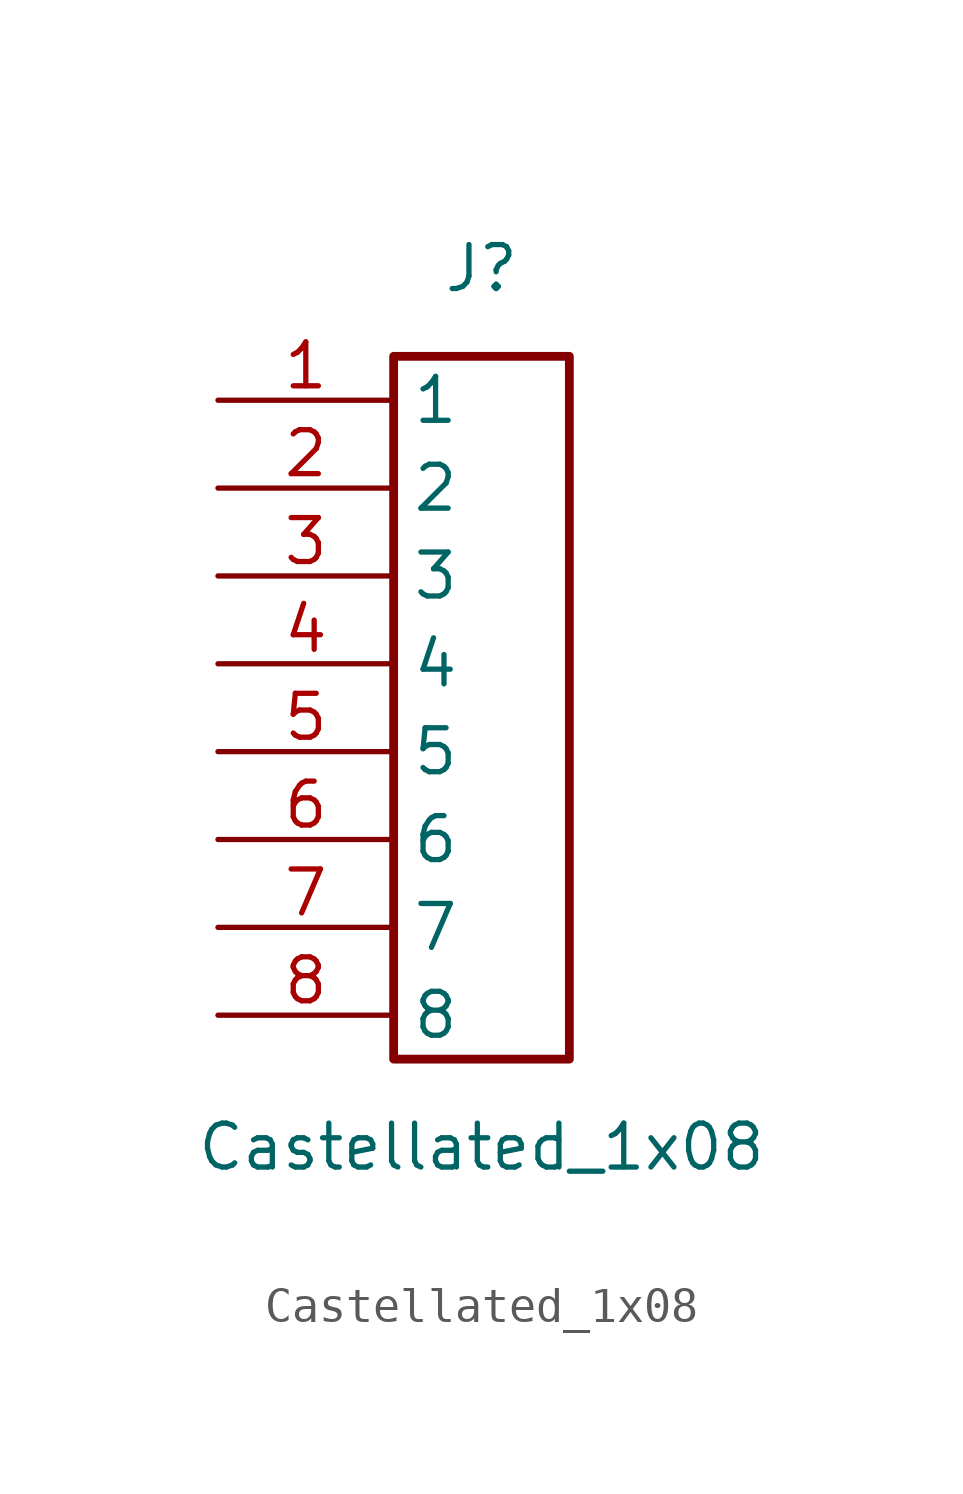
<source format=kicad_sym>
(kicad_symbol_lib
  (version 20241209)
  (generator "kicad_symbol_editor")
  (generator_version "9.0")
  (symbol "Castellated_1x08"
    (property "Reference" "J"
      (at 0 12.7 0)
      (effects (font (size 1.27 1.27))))
    (property "Value" "Castellated_1x08"
      (at 0 -12.7 0)
      (effects (font (size 1.27 1.27))))
    (symbol "Castellated_1x08_1_1"
      (rectangle (start -2.54 10.16) (end 2.54 -10.16) (stroke (width 0.254) (type solid)) (fill (type none)))
      (pin passive line (at -7.62 8.89 0) (length 5.08) (name "1" (effects (font (size 1.27 1.27)))) (number "1" (effects (font (size 1.27 1.27)))))
      (pin passive line (at -7.62 6.35 0) (length 5.08) (name "2" (effects (font (size 1.27 1.27)))) (number "2" (effects (font (size 1.27 1.27)))))
      (pin passive line (at -7.62 3.81 0) (length 5.08) (name "3" (effects (font (size 1.27 1.27)))) (number "3" (effects (font (size 1.27 1.27)))))
      (pin passive line (at -7.62 1.27 0) (length 5.08) (name "4" (effects (font (size 1.27 1.27)))) (number "4" (effects (font (size 1.27 1.27)))))
      (pin passive line (at -7.62 -1.27 0) (length 5.08) (name "5" (effects (font (size 1.27 1.27)))) (number "5" (effects (font (size 1.27 1.27)))))
      (pin passive line (at -7.62 -3.81 0) (length 5.08) (name "6" (effects (font (size 1.27 1.27)))) (number "6" (effects (font (size 1.27 1.27)))))
      (pin passive line (at -7.62 -6.35 0) (length 5.08) (name "7" (effects (font (size 1.27 1.27)))) (number "7" (effects (font (size 1.27 1.27)))))
      (pin passive line (at -7.62 -8.89 0) (length 5.08) (name "8" (effects (font (size 1.27 1.27)))) (number "8" (effects (font (size 1.27 1.27))))))))
</source>
